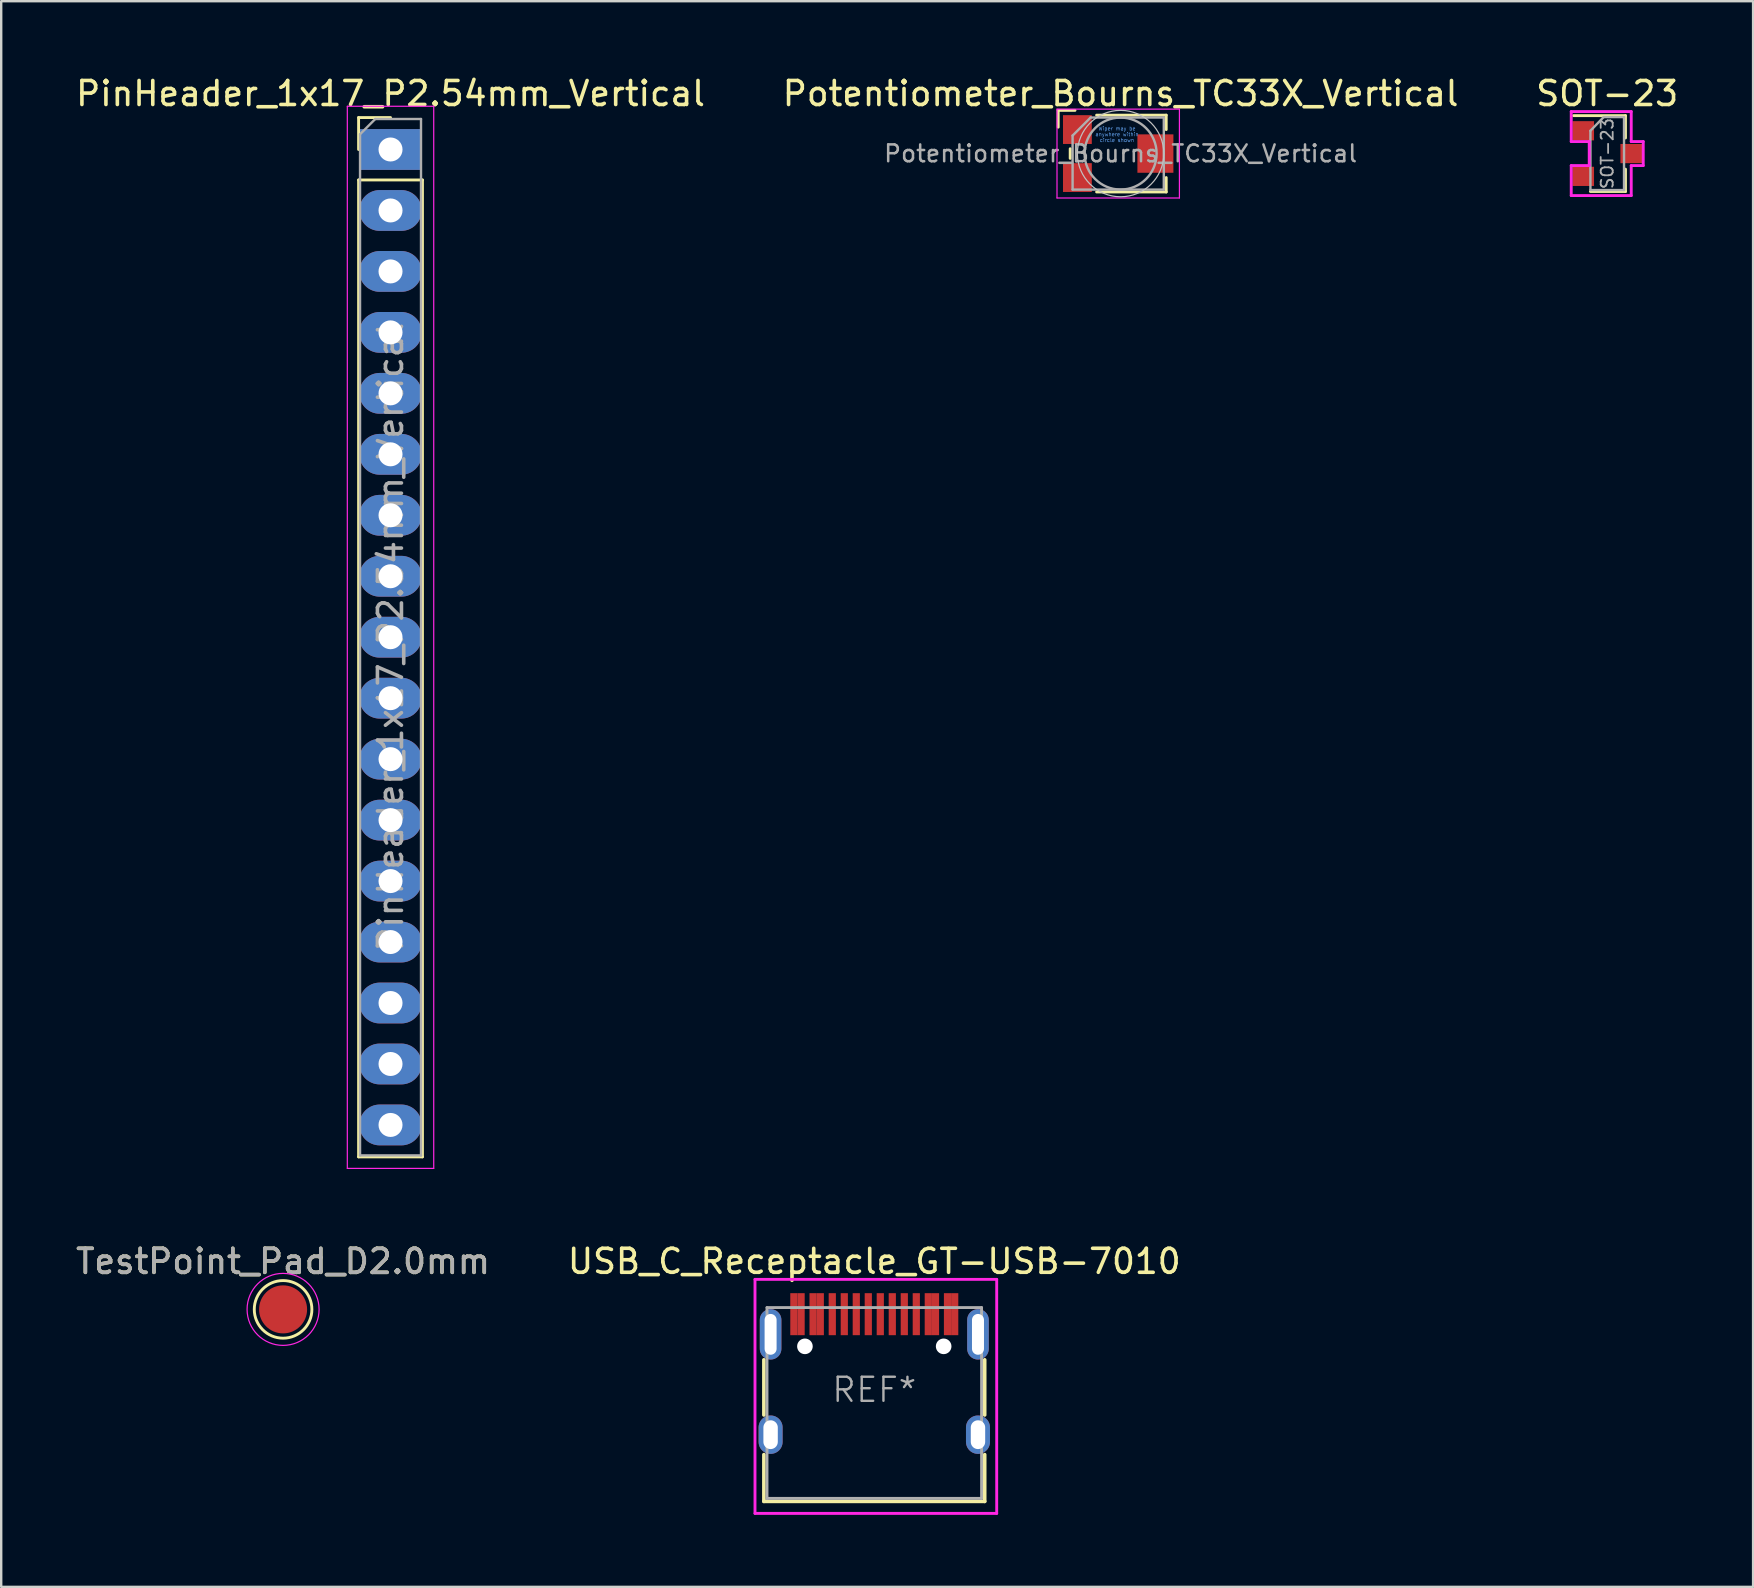
<source format=kicad_pcb>
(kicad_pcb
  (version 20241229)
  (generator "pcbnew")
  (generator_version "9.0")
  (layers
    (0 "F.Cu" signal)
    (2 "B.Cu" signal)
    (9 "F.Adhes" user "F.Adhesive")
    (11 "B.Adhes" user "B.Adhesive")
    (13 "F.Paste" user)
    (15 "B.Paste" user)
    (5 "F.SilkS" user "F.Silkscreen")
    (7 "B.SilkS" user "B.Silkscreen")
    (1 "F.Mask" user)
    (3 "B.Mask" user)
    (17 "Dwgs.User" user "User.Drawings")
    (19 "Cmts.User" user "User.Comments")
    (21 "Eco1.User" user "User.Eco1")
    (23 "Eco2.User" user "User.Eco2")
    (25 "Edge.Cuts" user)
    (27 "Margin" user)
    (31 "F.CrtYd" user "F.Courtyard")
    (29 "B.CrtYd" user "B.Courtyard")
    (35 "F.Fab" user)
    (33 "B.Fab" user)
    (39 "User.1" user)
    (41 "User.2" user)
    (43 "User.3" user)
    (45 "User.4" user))
  (footprint "SOT-23"
    (layer "F.Cu")
    (at 63.911 3.348)
    (property "Reference" "SOT-23" (at 0 -2.5 0) (layer "F.SilkS") (effects (font (size 1 1) (thickness 0.15))))
    (attr smd)
    (fp_line (start 0.76 -1.58) (end -1.4 -1.58) (stroke (width 0.12) (type solid)) (layer "F.SilkS"))
    (fp_line (start 0.76 -1.58) (end 0.76 -0.65) (stroke (width 0.12) (type solid)) (layer "F.SilkS"))
    (fp_line (start 0.76 1.58) (end -0.7 1.58) (stroke (width 0.12) (type solid)) (layer "F.SilkS"))
    (fp_line (start 0.76 1.58) (end 0.76 0.65) (stroke (width 0.12) (type solid)) (layer "F.SilkS"))
    (fp_line (start -1.5 -1.75) (end 1 -1.75) (stroke (width 0.12) (type solid)) (layer "F.CrtYd"))
    (fp_line (start -1.5 -0.5) (end -1.5 -1.75) (stroke (width 0.12) (type solid)) (layer "F.CrtYd"))
    (fp_line (start -1.5 0.5) (end -0.75 0.5) (stroke (width 0.12) (type solid)) (layer "F.CrtYd"))
    (fp_line (start -1.5 1.75) (end -1.5 0.5) (stroke (width 0.12) (type solid)) (layer "F.CrtYd"))
    (fp_line (start -0.75 -0.5) (end -1.5 -0.5) (stroke (width 0.12) (type solid)) (layer "F.CrtYd"))
    (fp_line (start -0.75 0.5) (end -0.75 -0.5) (stroke (width 0.12) (type solid)) (layer "F.CrtYd"))
    (fp_line (start 1 -1.75) (end 1 -0.5) (stroke (width 0.12) (type solid)) (layer "F.CrtYd"))
    (fp_line (start 1 -0.5) (end 1.5 -0.5) (stroke (width 0.12) (type solid)) (layer "F.CrtYd"))
    (fp_line (start 1 0.5) (end 1 1.75) (stroke (width 0.12) (type solid)) (layer "F.CrtYd"))
    (fp_line (start 1 1.75) (end -1.5 1.75) (stroke (width 0.12) (type solid)) (layer "F.CrtYd"))
    (fp_line (start 1.5 -0.5) (end 1.5 0.5) (stroke (width 0.12) (type solid)) (layer "F.CrtYd"))
    (fp_line (start 1.5 0.5) (end 1 0.5) (stroke (width 0.12) (type solid)) (layer "F.CrtYd"))
    (fp_line (start -0.7 -0.95) (end -0.7 1.5) (stroke (width 0.1) (type solid)) (layer "F.Fab"))
    (fp_line (start -0.7 -0.95) (end -0.15 -1.52) (stroke (width 0.1) (type solid)) (layer "F.Fab"))
    (fp_line (start -0.7 1.52) (end 0.7 1.52) (stroke (width 0.1) (type solid)) (layer "F.Fab"))
    (fp_line (start -0.15 -1.52) (end 0.7 -1.52) (stroke (width 0.1) (type solid)) (layer "F.Fab"))
    (fp_line (start 0.7 -1.52) (end 0.7 1.52) (stroke (width 0.1) (type solid)) (layer "F.Fab"))
    (fp_text user "${REFERENCE}" (at 0 0 90) (layer "F.Fab") (effects (font (size 0.5 0.5) (thickness 0.075))))
    (pad "1" smd rect (at -1 -0.95) (size 0.9 0.8) (layers "F.Cu" "F.Mask" "F.Paste"))
    (pad "2" smd rect (at -1 0.95) (size 0.9 0.8) (layers "F.Cu" "F.Mask" "F.Paste"))
    (pad "3" smd rect (at 1 0) (size 0.9 0.8) (layers "F.Cu" "F.Mask" "F.Paste")))
  (footprint "TestPoint_Pad_D2.0mm"
    (layer "F.Cu")
    (at 8.744 51.502)
    (property "Reference" "TestPoint_Pad_D2.0mm" (at 0 -1.998 0) (layer "F.SilkS") (effects (font (size 1 1) (thickness 0.15))))
    (attr exclude_from_pos_files exclude_from_bom)
    (fp_circle (center 0 0) (end 0 1.2) (stroke (width 0.12) (type solid)) (fill no) (layer "F.SilkS"))
    (fp_circle (center 0 0) (end 1.5 0) (stroke (width 0.05) (type solid)) (fill no) (layer "F.CrtYd"))
    (fp_text user "${REFERENCE}" (at 0 -2 0) (layer "F.Fab") (effects (font (size 1 1) (thickness 0.15))))
    (pad "1" smd circle (at 0 0) (size 2 2) (layers "F.Cu" "F.Mask")))
  (footprint "Potentiometer_Bourns_TC33X_Vertical"
    (layer "F.Cu")
    (at 43.637 3.348)
    (property "Reference" "Potentiometer_Bourns_TC33X_Vertical" (at 0 -2.5 0) (layer "F.SilkS") (effects (font (size 1 1) (thickness 0.15))))
    (attr smd)
    (fp_line (start -2.6 -1.8) (end -2.6 -1.1) (stroke (width 0.12) (type solid)) (layer "F.SilkS"))
    (fp_line (start -2.1 -0.2) (end -2.1 0.2) (stroke (width 0.12) (type solid)) (layer "F.SilkS"))
    (fp_line (start -1.9 -1.8) (end -2.6 -1.8) (stroke (width 0.12) (type solid)) (layer "F.SilkS"))
    (fp_line (start -1 -1.6) (end 1.9 -1.6) (stroke (width 0.12) (type solid)) (layer "F.SilkS"))
    (fp_line (start -1 1.6) (end 1.9 1.6) (stroke (width 0.12) (type solid)) (layer "F.SilkS"))
    (fp_line (start 1.9 -1.6) (end 1.9 -1) (stroke (width 0.12) (type solid)) (layer "F.SilkS"))
    (fp_line (start 1.9 1.6) (end 1.9 1) (stroke (width 0.12) (type solid)) (layer "F.SilkS"))
    (fp_circle (center 0 0) (end 1.8 0) (stroke (width 0.05) (type solid)) (fill no) (layer "Dwgs.User"))
    (fp_line (start -2.65 -1.85) (end 2.45 -1.85) (stroke (width 0.05) (type solid)) (layer "F.CrtYd"))
    (fp_line (start -2.65 1.85) (end -2.65 -1.85) (stroke (width 0.05) (type solid)) (layer "F.CrtYd"))
    (fp_line (start 2.45 -1.85) (end 2.45 1.85) (stroke (width 0.05) (type solid)) (layer "F.CrtYd"))
    (fp_line (start 2.45 1.85) (end -2.65 1.85) (stroke (width 0.05) (type solid)) (layer "F.CrtYd"))
    (fp_line (start -2 -0.75) (end -2 1.5) (stroke (width 0.1) (type solid)) (layer "F.Fab"))
    (fp_line (start -2 1.5) (end 1.8 1.5) (stroke (width 0.1) (type solid)) (layer "F.Fab"))
    (fp_line (start -1.25 -1.5) (end -2 -0.75) (stroke (width 0.1) (type solid)) (layer "F.Fab"))
    (fp_line (start 1.8 -1.5) (end -1.25 -1.5) (stroke (width 0.1) (type solid)) (layer "F.Fab"))
    (fp_line (start 1.8 1.5) (end 1.8 -1.5) (stroke (width 0.1) (type solid)) (layer "F.Fab"))
    (fp_circle (center 0 0) (end 1.5 0) (stroke (width 0.1) (type solid)) (fill no) (layer "F.Fab"))
    (fp_text user "Wiper may be\nanywhere within\ncircle shown" (at -0.15 -0.8 0) (layer "Cmts.User") (effects (font (size 0.15 0.15) (thickness 0.02))))
    (fp_text user "${REFERENCE}" (at 0 0 0) (layer "F.Fab") (effects (font (size 0.7 0.7) (thickness 0.105))))
    (pad "1" smd rect (at -1.8 -1) (size 1.2 1.2) (layers "F.Cu" "F.Mask" "F.Paste"))
    (pad "2" smd rect (at 1.45 0) (size 1.5 1.6) (layers "F.Cu" "F.Mask" "F.Paste"))
    (pad "3" smd rect (at -1.8 1) (size 1.2 1.2) (layers "F.Cu" "F.Mask" "F.Paste")))
  (footprint "PinHeader_1x17_P2.54mm_Vertical"
    (layer "F.Cu")
    (at 13.22 3.178)
    (property "Reference" "PinHeader_1x17_P2.54mm_Vertical" (at 0 -2.33 0) (layer "F.SilkS") (effects (font (size 1 1) (thickness 0.15))))
    (attr through_hole)
    (fp_line (start -1.33 -1.33) (end 0 -1.33) (stroke (width 0.12) (type solid)) (layer "F.SilkS"))
    (fp_line (start -1.33 0) (end -1.33 -1.33) (stroke (width 0.12) (type solid)) (layer "F.SilkS"))
    (fp_line (start -1.33 1.27) (end -1.33 41.97) (stroke (width 0.12) (type solid)) (layer "F.SilkS"))
    (fp_line (start -1.33 1.27) (end 1.33 1.27) (stroke (width 0.12) (type solid)) (layer "F.SilkS"))
    (fp_line (start -1.33 41.97) (end 1.33 41.97) (stroke (width 0.12) (type solid)) (layer "F.SilkS"))
    (fp_line (start 1.33 1.27) (end 1.33 41.97) (stroke (width 0.12) (type solid)) (layer "F.SilkS"))
    (fp_line (start -1.8 -1.8) (end -1.8 42.45) (stroke (width 0.05) (type solid)) (layer "F.CrtYd"))
    (fp_line (start -1.8 42.45) (end 1.8 42.45) (stroke (width 0.05) (type solid)) (layer "F.CrtYd"))
    (fp_line (start 1.8 -1.8) (end -1.8 -1.8) (stroke (width 0.05) (type solid)) (layer "F.CrtYd"))
    (fp_line (start 1.8 42.45) (end 1.8 -1.8) (stroke (width 0.05) (type solid)) (layer "F.CrtYd"))
    (fp_line (start -1.27 -0.635) (end -0.635 -1.27) (stroke (width 0.1) (type solid)) (layer "F.Fab"))
    (fp_line (start -1.27 41.91) (end -1.27 -0.635) (stroke (width 0.1) (type solid)) (layer "F.Fab"))
    (fp_line (start -0.635 -1.27) (end 1.27 -1.27) (stroke (width 0.1) (type solid)) (layer "F.Fab"))
    (fp_line (start 1.27 -1.27) (end 1.27 41.91) (stroke (width 0.1) (type solid)) (layer "F.Fab"))
    (fp_line (start 1.27 41.91) (end -1.27 41.91) (stroke (width 0.1) (type solid)) (layer "F.Fab"))
    (fp_text user "${REFERENCE}" (at 0 20.32 90) (layer "F.Fab") (effects (font (size 1 1) (thickness 0.15))))
    (pad "1" thru_hole rect (at 0 0) (size 2.6 1.7) (drill 1) (layers "*.Cu" "*.Mask"))
    (pad "2" thru_hole oval (at 0 2.54) (size 2.6 1.7) (drill 1) (layers "*.Cu" "*.Mask"))
    (pad "3" thru_hole oval (at 0 5.08) (size 2.6 1.7) (drill 1) (layers "*.Cu" "*.Mask"))
    (pad "4" thru_hole oval (at 0 7.62) (size 2.6 1.7) (drill 1) (layers "*.Cu" "*.Mask"))
    (pad "5" thru_hole oval (at 0 10.16) (size 2.6 1.7) (drill 1) (layers "*.Cu" "*.Mask"))
    (pad "6" thru_hole oval (at 0 12.7) (size 2.6 1.7) (drill 1) (layers "*.Cu" "*.Mask"))
    (pad "7" thru_hole oval (at 0 15.24) (size 2.6 1.7) (drill 1) (layers "*.Cu" "*.Mask"))
    (pad "8" thru_hole oval (at 0 17.78) (size 2.6 1.7) (drill 1) (layers "*.Cu" "*.Mask"))
    (pad "9" thru_hole oval (at 0 20.32) (size 2.6 1.7) (drill 1) (layers "*.Cu" "*.Mask"))
    (pad "10" thru_hole oval (at 0 22.86) (size 2.6 1.7) (drill 1) (layers "*.Cu" "*.Mask"))
    (pad "11" thru_hole oval (at 0 25.4) (size 2.6 1.7) (drill 1) (layers "*.Cu" "*.Mask"))
    (pad "12" thru_hole oval (at 0 27.94) (size 2.6 1.7) (drill 1) (layers "*.Cu" "*.Mask"))
    (pad "13" thru_hole oval (at 0 30.48) (size 2.6 1.7) (drill 1) (layers "*.Cu" "*.Mask"))
    (pad "14" thru_hole oval (at 0 33.02) (size 2.6 1.7) (drill 1) (layers "*.Cu" "*.Mask"))
    (pad "15" thru_hole oval (at 0 35.56) (size 2.6 1.7) (drill 1) (layers "*.Cu" "*.Mask"))
    (pad "16" thru_hole oval (at 0 38.1) (size 2.6 1.7) (drill 1) (layers "*.Cu" "*.Mask"))
    (pad "17" thru_hole oval (at 0 40.64) (size 2.6 1.7) (drill 1) (layers "*.Cu" "*.Mask")))
  (footprint "USB_C_Receptacle_GT-USB-7010"
    (layer "F.Cu")
    (at 33.375 54.852)
    (property "Reference" "USB_C_Receptacle_GT-USB-7010" (at 0 -5.35 0) (layer "F.SilkS") (effects (font (size 1 1) (thickness 0.15))))
    (attr through_hole)
    (fp_line (start -4.6 1.05) (end -4.6 -1.25) (stroke (width 0.15) (type solid)) (layer "F.SilkS"))
    (fp_line (start -4.6 4.65) (end -4.6 2.7) (stroke (width 0.15) (type solid)) (layer "F.SilkS"))
    (fp_line (start 4.6 1.05) (end 4.6 -1.25) (stroke (width 0.15) (type solid)) (layer "F.SilkS"))
    (fp_line (start 4.6 4.65) (end -4.6 4.65) (stroke (width 0.15) (type solid)) (layer "F.SilkS"))
    (fp_line (start 4.6 4.65) (end 4.6 2.7) (stroke (width 0.15) (type solid)) (layer "F.SilkS"))
    (fp_line (start -4.97 -4.6) (end -4.97 5.15) (stroke (width 0.12) (type solid)) (layer "F.CrtYd"))
    (fp_line (start -4.97 -4.6) (end 5.1 -4.6) (stroke (width 0.12) (type solid)) (layer "F.CrtYd"))
    (fp_line (start -4.97 5.15) (end 5.1 5.15) (stroke (width 0.12) (type solid)) (layer "F.CrtYd"))
    (fp_line (start 5.1 -4.6) (end 5.1 5.15) (stroke (width 0.12) (type solid)) (layer "F.CrtYd"))
    (fp_line (start -4.47 -3.425) (end -4.47 4.525) (stroke (width 0.12) (type solid)) (layer "F.Fab"))
    (fp_line (start -4.47 -3.425) (end 4.47 -3.425) (stroke (width 0.12) (type solid)) (layer "F.Fab"))
    (fp_line (start 4.47 -3.425) (end 4.47 4.525) (stroke (width 0.12) (type solid)) (layer "F.Fab"))
    (fp_line (start 4.47 4.525) (end -4.47 4.525) (stroke (width 0.12) (type solid)) (layer "F.Fab"))
    (fp_text user "REF*" (at 0 0 0) (layer "F.Fab") (effects (font (size 1 1) (thickness 0.1))))
    (pad "" np_thru_hole circle (at -2.89 -1.81) (size 0.65 0.65) (drill 0.65) (layers "*.Cu" "*.Mask"))
    (pad "" np_thru_hole circle (at 2.89 -1.81) (size 0.65 0.65) (drill 0.65) (layers "*.Cu" "*.Mask"))
    (pad "A1" smd rect (at -3.35 -3.15) (size 0.3 1.75) (layers "F.Cu" "F.Mask" "F.Paste"))
    (pad "A4" smd rect (at -2.55 -3.15) (size 0.3 1.75) (layers "F.Cu" "F.Mask" "F.Paste"))
    (pad "A5" smd rect (at -1.25 -3.15) (size 0.3 1.75) (layers "F.Cu" "F.Mask" "F.Paste"))
    (pad "A6" smd rect (at -0.25 -3.15) (size 0.3 1.75) (layers "F.Cu" "F.Mask" "F.Paste"))
    (pad "A7" smd rect (at 0.25 -3.15) (size 0.3 1.75) (layers "F.Cu" "F.Mask" "F.Paste"))
    (pad "A8" smd rect (at 1.25 -3.15) (size 0.3 1.75) (layers "F.Cu" "F.Mask" "F.Paste"))
    (pad "A9" smd rect (at 2.55 -3.15) (size 0.3 1.75) (layers "F.Cu" "F.Mask" "F.Paste"))
    (pad "A12" smd rect (at 3.35 -3.15) (size 0.3 1.75) (layers "F.Cu" "F.Mask" "F.Paste"))
    (pad "B1" smd rect (at 3.05 -3.15) (size 0.3 1.75) (layers "F.Cu" "F.Mask" "F.Paste"))
    (pad "B4" smd rect (at 2.25 -3.15) (size 0.3 1.75) (layers "F.Cu" "F.Mask" "F.Paste"))
    (pad "B5" smd rect (at 1.75 -3.15) (size 0.3 1.75) (layers "F.Cu" "F.Mask" "F.Paste"))
    (pad "B6" smd rect (at 0.75 -3.15) (size 0.3 1.75) (layers "F.Cu" "F.Mask" "F.Paste"))
    (pad "B7" smd rect (at -0.75 -3.15) (size 0.3 1.75) (layers "F.Cu" "F.Mask" "F.Paste"))
    (pad "B8" smd rect (at -1.75 -3.15) (size 0.3 1.75) (layers "F.Cu" "F.Mask" "F.Paste"))
    (pad "B9" smd rect (at -2.25 -3.15) (size 0.3 1.75) (layers "F.Cu" "F.Mask" "F.Paste"))
    (pad "B12" smd rect (at -3.05 -3.15) (size 0.3 1.75) (layers "F.Cu" "F.Mask" "F.Paste"))
    (pad "S1" thru_hole oval (at -4.32 -2.31) (size 0.9 2.1) (drill oval 0.5 1.7) (layers "*.Cu" "*.Paste" "*.Mask"))
    (pad "S1" thru_hole oval (at -4.32 1.87) (size 1 1.6) (drill oval 0.6 1.2) (layers "*.Cu" "*.Paste" "*.Mask"))
    (pad "S1" thru_hole oval (at 4.32 -2.31) (size 0.9 2.1) (drill oval 0.5 1.7) (layers "*.Cu" "*.Paste" "*.Mask"))
    (pad "S1" thru_hole oval (at 4.32 1.87) (size 1 1.6) (drill oval 0.6 1.2) (layers "*.Cu" "*.Paste" "*.Mask")))
  (gr_rect
    (start -3 -3)
    (end 69.988 63.062)
    (stroke (width 0.1) (type default))
    (fill no)
    (layer "Edge.Cuts")))
</source>
